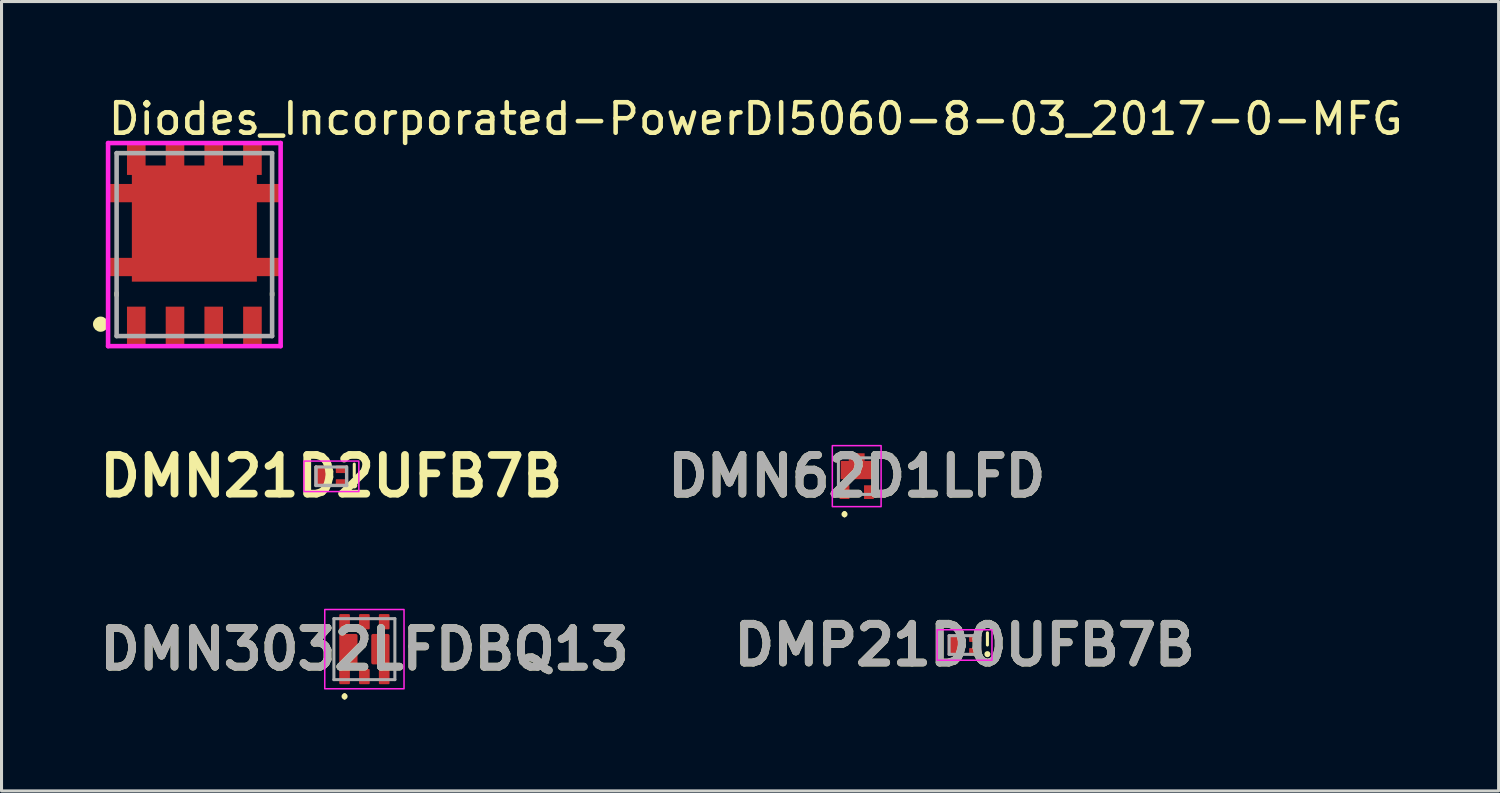
<source format=kicad_pcb>
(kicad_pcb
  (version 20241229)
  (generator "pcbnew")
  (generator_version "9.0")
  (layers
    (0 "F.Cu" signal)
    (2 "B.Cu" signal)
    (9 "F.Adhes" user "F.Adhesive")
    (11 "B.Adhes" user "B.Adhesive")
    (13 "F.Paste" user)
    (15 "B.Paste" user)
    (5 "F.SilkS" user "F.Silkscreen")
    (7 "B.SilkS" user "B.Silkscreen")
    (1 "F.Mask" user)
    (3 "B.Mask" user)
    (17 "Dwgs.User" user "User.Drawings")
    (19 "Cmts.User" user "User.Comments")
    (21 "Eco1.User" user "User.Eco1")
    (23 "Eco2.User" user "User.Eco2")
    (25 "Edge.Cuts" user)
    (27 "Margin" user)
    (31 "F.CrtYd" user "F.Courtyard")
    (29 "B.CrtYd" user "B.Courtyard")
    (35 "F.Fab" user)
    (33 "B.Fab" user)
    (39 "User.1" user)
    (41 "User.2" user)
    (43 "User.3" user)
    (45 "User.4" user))
  (footprint "DMN3032LFDBQ13"
    (layer "F.Cu")
    (at 8.902 18.242)
    (property "Reference" "DMN3032LFDBQ13" (at 0 0 0) (layer "F.SilkS") (effects (font (size 1.27 1.27) (thickness 0.254))))
    (attr smd)
    (fp_line (start -0.65 1.5) (end -0.65 1.5) (stroke (width 0.1) (type solid)) (layer "F.SilkS"))
    (fp_line (start -0.65 1.6) (end -0.65 1.6) (stroke (width 0.1) (type solid)) (layer "F.SilkS"))
    (fp_arc (start -0.65 1.5) (mid -0.6 1.55) (end -0.65 1.6) (stroke (width 0.1) (type solid)) (layer "F.SilkS"))
    (fp_arc (start -0.65 1.6) (mid -0.7 1.55) (end -0.65 1.5) (stroke (width 0.1) (type solid)) (layer "F.SilkS"))
    (fp_rect (start -1.3 -1.3) (end 1.3 1.3) (stroke (width 0.05) (type default)) (fill no) (layer "F.CrtYd"))
    (fp_line (start -1 -1) (end 1 -1) (stroke (width 0.1) (type solid)) (layer "F.Fab"))
    (fp_line (start -1 1) (end -1 -1) (stroke (width 0.1) (type solid)) (layer "F.Fab"))
    (fp_line (start 1 -1) (end 1 1) (stroke (width 0.1) (type solid)) (layer "F.Fab"))
    (fp_line (start 1 1) (end -1 1) (stroke (width 0.1) (type solid)) (layer "F.Fab"))
    (fp_text user "${REFERENCE}" (at 0 0 0) (layer "F.Fab") (effects (font (size 1.27 1.27) (thickness 0.254))))
    (pad "1" smd roundrect (at -0.65 0.9) (size 0.35 0.5) (layers "F.Cu" "F.Mask" "F.Paste") (roundrect_rratio 0.1))
    (pad "2" smd roundrect (at 0 0.9) (size 0.35 0.5) (layers "F.Cu" "F.Mask" "F.Paste") (roundrect_rratio 0.1))
    (pad "3" smd roundrect (at 0.65 0.9) (size 0.35 0.5) (layers "F.Cu" "F.Mask" "F.Paste") (roundrect_rratio 0.1))
    (pad "4" smd roundrect (at 0.65 -0.9) (size 0.35 0.5) (layers "F.Cu" "F.Mask" "F.Paste") (roundrect_rratio 0.1))
    (pad "5" smd roundrect (at 0 -0.9) (size 0.35 0.5) (layers "F.Cu" "F.Mask" "F.Paste") (roundrect_rratio 0.1))
    (pad "6" smd roundrect (at -0.65 -0.9) (size 0.35 0.5) (layers "F.Cu" "F.Mask" "F.Paste") (roundrect_rratio 0.1))
    (pad "7" smd roundrect (at -0.525 0) (size 0.6 1) (layers "F.Cu" "F.Mask" "F.Paste") (roundrect_rratio 0.1))
    (pad "8" smd roundrect (at 0.525 0) (size 0.6 1) (layers "F.Cu" "F.Mask" "F.Paste") (roundrect_rratio 0.1)))
  (footprint "Diodes_Incorporated-PowerDI5060-8-03_2017-0-MFG"
    (layer "F.Cu")
    (at 3.325 4.973)
    (property "Reference" "Diodes_Incorporated-PowerDI5060-8-03_2017-0-MFG" (at -2.9 -4.125 0) (layer "F.SilkS") (effects (font (size 1 1) (thickness 0.15)) (justify left)))
    (attr through_hole)
    (fp_line (start -2.55 1.66) (end -2.55 1.59) (stroke (width 0.15) (type solid)) (layer "F.SilkS"))
    (fp_line (start 2.55 1.66) (end 2.55 1.59) (stroke (width 0.15) (type solid)) (layer "F.SilkS"))
    (fp_circle (center -3.075 2.61) (end -2.95 2.61) (stroke (width 0.25) (type solid)) (fill no) (layer "F.SilkS"))
    (fp_line (start -2.83 -3.33) (end -2.83 3.33) (stroke (width 0.15) (type solid)) (layer "F.CrtYd"))
    (fp_line (start -2.83 3.33) (end 2.83 3.33) (stroke (width 0.15) (type solid)) (layer "F.CrtYd"))
    (fp_line (start 2.83 -3.33) (end -2.83 -3.33) (stroke (width 0.15) (type solid)) (layer "F.CrtYd"))
    (fp_line (start 2.83 -3.33) (end 2.83 -3.33) (stroke (width 0.15) (type solid)) (layer "F.CrtYd"))
    (fp_line (start 2.83 3.33) (end 2.83 -3.33) (stroke (width 0.15) (type solid)) (layer "F.CrtYd"))
    (fp_line (start -2.55 -3) (end 2.55 -3) (stroke (width 0.15) (type solid)) (layer "F.Fab"))
    (fp_line (start -2.55 3) (end -2.55 -3) (stroke (width 0.15) (type solid)) (layer "F.Fab"))
    (fp_line (start 2.55 -3) (end 2.55 3) (stroke (width 0.15) (type solid)) (layer "F.Fab"))
    (fp_line (start 2.55 3) (end -2.55 3) (stroke (width 0.15) (type solid)) (layer "F.Fab"))
    (pad "1" smd rect (at -1.905 2.67) (size 0.61 1.27) (layers "F.Cu" "F.Mask" "F.Paste"))
    (pad "2" smd rect (at -0.635 2.67) (size 0.61 1.27) (layers "F.Cu" "F.Mask" "F.Paste"))
    (pad "3" smd rect (at 0.635 2.67) (size 0.61 1.27) (layers "F.Cu" "F.Mask" "F.Paste"))
    (pad "4" smd rect (at 1.905 2.67) (size 0.61 1.27) (layers "F.Cu" "F.Mask" "F.Paste"))
    (pad "5-6-7-8" smd custom (at 0 -0.477) (size 1 1) (layers "F.Cu" "F.Mask" "F.Paste") (options (anchor circle)) (primitives (gr_poly (pts (xy 2.05 1.692) (xy 2.05 1.512) (xy 2.805 1.512) (xy 2.805 0.912) (xy 2.05 0.912) (xy 2.05 -0.912) (xy 2.805 -0.912) (xy 2.805 -1.512) (xy 2.05 -1.512) (xy 2.05 -1.808) (xy 2.21 -1.808) (xy 2.21 -2.828) (xy 1.6 -2.828) (xy 1.6 -2.118) (xy 0.94 -2.118) (xy 0.94 -2.828) (xy 0.33 -2.828) (xy 0.33 -2.118) (xy -0.33 -2.118) (xy -0.33 -2.828) (xy -0.94 -2.828) (xy -0.94 -2.118) (xy -1.6 -2.118) (xy -1.6 -2.828) (xy -2.21 -2.828) (xy -2.21 -1.808) (xy -2.05 -1.808) (xy -2.05 -1.512) (xy -2.805 -1.512) (xy -2.805 -0.912) (xy -2.05 -0.912) (xy -2.05 0.912) (xy -2.805 0.912) (xy -2.805 1.512) (xy -2.05 1.512) (xy -2.05 1.692) (xy 2.05 1.692)) (width 0) (fill yes)))))
  (footprint "DMN21D2UFB7B"
    (layer "F.Cu")
    (at 7.814 12.567)
    (property "Reference" "DMN21D2UFB7B" (at 0 0 0) (layer "F.SilkS") (effects (font (size 1.27 1.27) (thickness 0.254))))
    (attr smd)
    (fp_line (start -0.744 -0.394) (end -0.744 0.406) (stroke (width 0.1) (type default)) (layer "F.SilkS"))
    (fp_line (start 0.756 -0.394) (end 0.756 0.006) (stroke (width 0.1) (type default)) (layer "F.SilkS"))
    (fp_circle (center 0.756 0.306) (end 0.856 0.306) (stroke (width 0) (type solid)) (fill yes) (layer "F.SilkS"))
    (fp_rect (start -0.894 -0.494) (end 0.906 0.506) (stroke (width 0.05) (type default)) (fill no) (layer "F.CrtYd"))
    (fp_line (start -0.5 -0.3) (end 0.5 -0.3) (stroke (width 0.1) (type solid)) (layer "F.Fab"))
    (fp_line (start -0.5 0.3) (end -0.5 -0.3) (stroke (width 0.1) (type solid)) (layer "F.Fab"))
    (fp_line (start -0.5 0.312) (end -0.5 -0.3) (stroke (width 0.1) (type solid)) (layer "F.Fab"))
    (fp_line (start 0.5 -0.3) (end 0.5 0.3) (stroke (width 0.1) (type solid)) (layer "F.Fab"))
    (fp_line (start 0.5 0.3) (end -0.5 0.3) (stroke (width 0.1) (type solid)) (layer "F.Fab"))
    (fp_line (start 0.512 -0.3) (end 0.512 0.312) (stroke (width 0.1) (type solid)) (layer "F.Fab"))
    (fp_line (start 0.512 0.312) (end -0.5 0.312) (stroke (width 0.1) (type solid)) (layer "F.Fab"))
    (pad "1" smd roundrect (at 0.35 0.225 90) (size 0.25 0.4) (layers "F.Cu" "F.Mask" "F.Paste") (roundrect_rratio 0.1))
    (pad "2" smd roundrect (at 0.35 -0.225 90) (size 0.25 0.4) (layers "F.Cu" "F.Mask" "F.Paste") (roundrect_rratio 0.1))
    (pad "3" smd roundrect (at -0.35 0) (size 0.4 0.7) (layers "F.Cu" "F.Mask" "F.Paste") (roundrect_rratio 0.1)))
  (footprint "DMN62D1LFD"
    (layer "F.Cu")
    (at 25.05 12.567)
    (property "Reference" "DMN62D1LFD" (at 0 0 0) (layer "F.SilkS") (effects (font (size 1.27 1.27) (thickness 0.254))))
    (attr smd)
    (fp_line (start -0.4 1.2) (end -0.4 1.2) (stroke (width 0.1) (type solid)) (layer "F.SilkS"))
    (fp_line (start -0.4 1.3) (end -0.4 1.3) (stroke (width 0.1) (type solid)) (layer "F.SilkS"))
    (fp_arc (start -0.4 1.2) (mid -0.35 1.25) (end -0.4 1.3) (stroke (width 0.1) (type solid)) (layer "F.SilkS"))
    (fp_arc (start -0.4 1.3) (mid -0.45 1.25) (end -0.4 1.2) (stroke (width 0.1) (type solid)) (layer "F.SilkS"))
    (fp_rect (start -0.8 -1) (end 0.8 1) (stroke (width 0.05) (type default)) (fill no) (layer "F.CrtYd"))
    (fp_line (start -0.6 -0.6) (end 0.6 -0.6) (stroke (width 0.1) (type solid)) (layer "F.Fab"))
    (fp_line (start -0.6 0.6) (end -0.6 -0.6) (stroke (width 0.1) (type solid)) (layer "F.Fab"))
    (fp_line (start 0.6 -0.6) (end 0.6 0.6) (stroke (width 0.1) (type solid)) (layer "F.Fab"))
    (fp_line (start 0.6 0.6) (end -0.6 0.6) (stroke (width 0.1) (type solid)) (layer "F.Fab"))
    (fp_text user "${REFERENCE}" (at 0 0 0) (layer "F.Fab") (effects (font (size 1.27 1.27) (thickness 0.254))))
    (pad "1" smd rect (at -0.4 0.525) (size 0.32 0.45) (layers "F.Cu" "F.Mask" "F.Paste"))
    (pad "2" smd rect (at 0.4 0.525) (size 0.32 0.45) (layers "F.Cu" "F.Mask" "F.Paste"))
    (pad "3" smd rect (at 0 -0.625 90) (size 0.25 0.52) (layers "F.Cu" "F.Mask" "F.Paste"))
    (pad "4" smd rect (at 0 -0.2 90) (size 0.6 1.05) (layers "F.Cu" "F.Mask" "F.Paste")))
  (footprint "DMP21D0UFB7B"
    (layer "F.Cu")
    (at 28.587 18.106)
    (property "Reference" "DMP21D0UFB7B" (at 0 0 0) (layer "F.SilkS") (effects (font (size 1.27 1.27) (thickness 0.254))))
    (attr smd)
    (fp_line (start -0.75 -0.4) (end -0.75 0.4) (stroke (width 0.1) (type default)) (layer "F.SilkS"))
    (fp_line (start 0.75 -0.4) (end 0.75 0) (stroke (width 0.1) (type default)) (layer "F.SilkS"))
    (fp_circle (center 0.75 0.3) (end 0.85 0.3) (stroke (width 0) (type solid)) (fill yes) (layer "F.SilkS"))
    (fp_rect (start -0.9 -0.5) (end 0.9 0.5) (stroke (width 0.05) (type default)) (fill no) (layer "F.CrtYd"))
    (fp_line (start -0.506 -0.306) (end 0.506 -0.306) (stroke (width 0.1) (type solid)) (layer "F.Fab"))
    (fp_line (start -0.506 0.306) (end -0.506 -0.306) (stroke (width 0.1) (type solid)) (layer "F.Fab"))
    (fp_line (start 0.506 -0.306) (end 0.506 0.306) (stroke (width 0.1) (type solid)) (layer "F.Fab"))
    (fp_line (start 0.506 0.306) (end -0.506 0.306) (stroke (width 0.1) (type solid)) (layer "F.Fab"))
    (fp_text user "${REFERENCE}" (at 0 0 0) (layer "F.Fab") (effects (font (size 1.27 1.27) (thickness 0.254))))
    (pad "1" smd roundrect (at 0.35 0.225 90) (size 0.25 0.4) (layers "F.Cu" "F.Mask" "F.Paste") (roundrect_rratio 0.1))
    (pad "2" smd roundrect (at 0.35 -0.225 90) (size 0.25 0.4) (layers "F.Cu" "F.Mask" "F.Paste") (roundrect_rratio 0.1))
    (pad "3" smd roundrect (at -0.35 0) (size 0.4 0.7) (layers "F.Cu" "F.Mask" "F.Paste") (roundrect_rratio 0.1)))
  (gr_rect
    (start -3 -3)
    (end 46.104 22.892)
    (stroke (width 0.1) (type default))
    (fill no)
    (layer "Edge.Cuts")))
</source>
